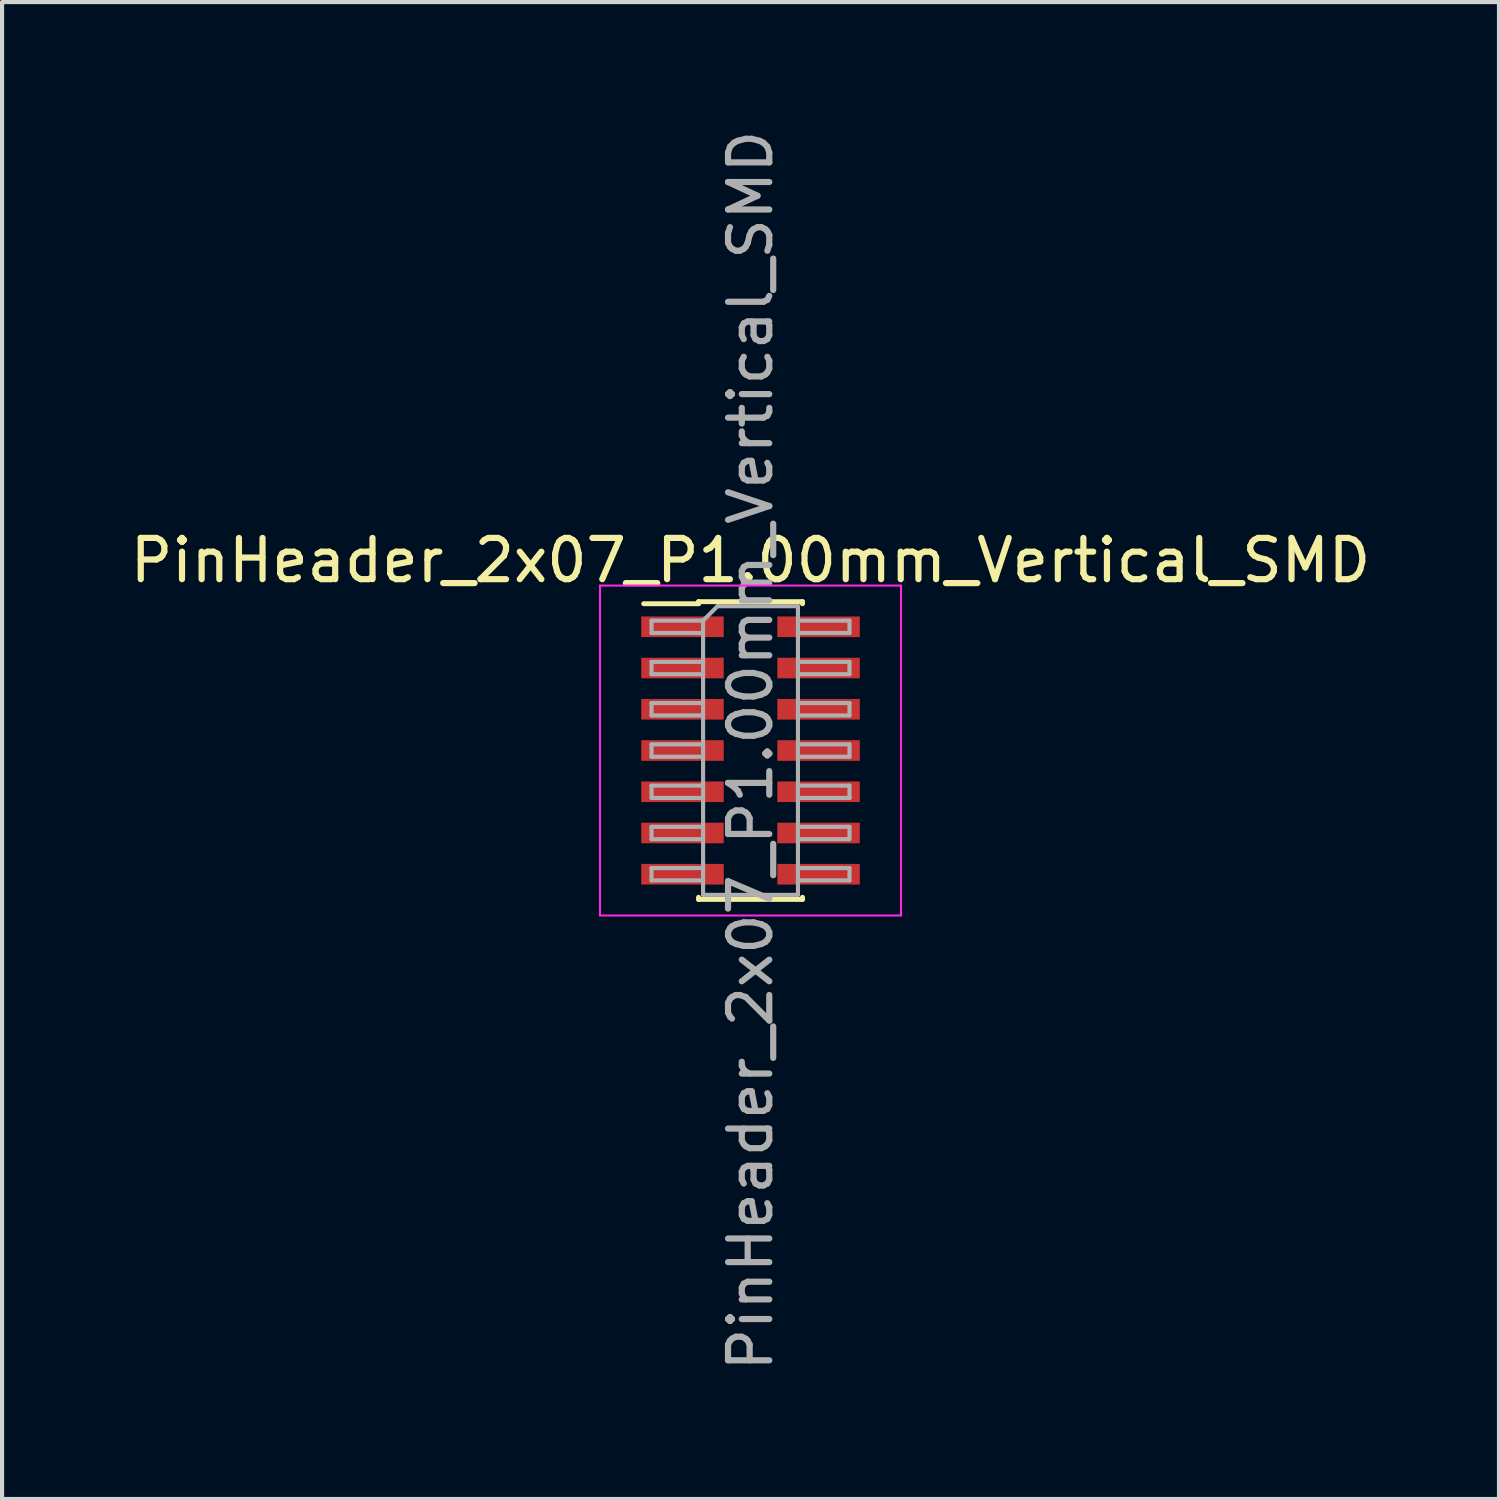
<source format=kicad_pcb>
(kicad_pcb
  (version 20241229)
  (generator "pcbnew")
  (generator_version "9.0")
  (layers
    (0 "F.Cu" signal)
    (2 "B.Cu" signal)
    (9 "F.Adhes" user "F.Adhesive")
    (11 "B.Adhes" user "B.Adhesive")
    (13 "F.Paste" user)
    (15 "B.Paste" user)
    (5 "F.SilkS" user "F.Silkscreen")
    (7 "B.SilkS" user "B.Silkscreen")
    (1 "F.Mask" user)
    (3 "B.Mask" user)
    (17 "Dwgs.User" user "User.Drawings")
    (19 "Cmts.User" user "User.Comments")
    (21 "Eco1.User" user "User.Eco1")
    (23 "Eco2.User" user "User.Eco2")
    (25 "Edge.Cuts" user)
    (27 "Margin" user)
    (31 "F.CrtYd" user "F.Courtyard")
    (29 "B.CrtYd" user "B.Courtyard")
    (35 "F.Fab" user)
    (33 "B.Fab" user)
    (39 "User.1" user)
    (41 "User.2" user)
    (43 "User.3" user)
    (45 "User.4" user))
  (footprint "PinHeader_2x07_P1.00mm_Vertical_SMD"
    (layer "F.Cu")
    (at 15.149 15.149)
    (property "Reference" "PinHeader_2x07_P1.00mm_Vertical_SMD" (at 0 -4.61 0) (layer "F.SilkS") (effects (font (size 1 1) (thickness 0.15))))
    (attr smd)
    (fp_line (start -2.59 -3.56) (end -1.26 -3.56) (stroke (width 0.12) (type solid)) (layer "F.SilkS"))
    (fp_line (start -1.26 -3.61) (end -1.26 -3.56) (stroke (width 0.12) (type solid)) (layer "F.SilkS"))
    (fp_line (start -1.26 -3.61) (end 1.26 -3.61) (stroke (width 0.12) (type solid)) (layer "F.SilkS"))
    (fp_line (start -1.26 3.56) (end -1.26 3.61) (stroke (width 0.12) (type solid)) (layer "F.SilkS"))
    (fp_line (start -1.26 3.61) (end 1.26 3.61) (stroke (width 0.12) (type solid)) (layer "F.SilkS"))
    (fp_line (start 1.26 -3.61) (end 1.26 -3.56) (stroke (width 0.12) (type solid)) (layer "F.SilkS"))
    (fp_line (start 1.26 3.56) (end 1.26 3.61) (stroke (width 0.12) (type solid)) (layer "F.SilkS"))
    (fp_line (start -3.65 -4) (end -3.65 4) (stroke (width 0.05) (type solid)) (layer "F.CrtYd"))
    (fp_line (start -3.65 4) (end 3.65 4) (stroke (width 0.05) (type solid)) (layer "F.CrtYd"))
    (fp_line (start 3.65 -4) (end -3.65 -4) (stroke (width 0.05) (type solid)) (layer "F.CrtYd"))
    (fp_line (start 3.65 4) (end 3.65 -4) (stroke (width 0.05) (type solid)) (layer "F.CrtYd"))
    (fp_line (start -2.4 -3.15) (end -2.4 -2.85) (stroke (width 0.1) (type solid)) (layer "F.Fab"))
    (fp_line (start -2.4 -2.85) (end -1.15 -2.85) (stroke (width 0.1) (type solid)) (layer "F.Fab"))
    (fp_line (start -2.4 -2.15) (end -2.4 -1.85) (stroke (width 0.1) (type solid)) (layer "F.Fab"))
    (fp_line (start -2.4 -1.85) (end -1.15 -1.85) (stroke (width 0.1) (type solid)) (layer "F.Fab"))
    (fp_line (start -2.4 -1.15) (end -2.4 -0.85) (stroke (width 0.1) (type solid)) (layer "F.Fab"))
    (fp_line (start -2.4 -0.85) (end -1.15 -0.85) (stroke (width 0.1) (type solid)) (layer "F.Fab"))
    (fp_line (start -2.4 -0.15) (end -2.4 0.15) (stroke (width 0.1) (type solid)) (layer "F.Fab"))
    (fp_line (start -2.4 0.15) (end -1.15 0.15) (stroke (width 0.1) (type solid)) (layer "F.Fab"))
    (fp_line (start -2.4 0.85) (end -2.4 1.15) (stroke (width 0.1) (type solid)) (layer "F.Fab"))
    (fp_line (start -2.4 1.15) (end -1.15 1.15) (stroke (width 0.1) (type solid)) (layer "F.Fab"))
    (fp_line (start -2.4 1.85) (end -2.4 2.15) (stroke (width 0.1) (type solid)) (layer "F.Fab"))
    (fp_line (start -2.4 2.15) (end -1.15 2.15) (stroke (width 0.1) (type solid)) (layer "F.Fab"))
    (fp_line (start -2.4 2.85) (end -2.4 3.15) (stroke (width 0.1) (type solid)) (layer "F.Fab"))
    (fp_line (start -2.4 3.15) (end -1.15 3.15) (stroke (width 0.1) (type solid)) (layer "F.Fab"))
    (fp_line (start -1.15 -3.15) (end -2.4 -3.15) (stroke (width 0.1) (type solid)) (layer "F.Fab"))
    (fp_line (start -1.15 -3.15) (end -0.8 -3.5) (stroke (width 0.1) (type solid)) (layer "F.Fab"))
    (fp_line (start -1.15 -2.15) (end -2.4 -2.15) (stroke (width 0.1) (type solid)) (layer "F.Fab"))
    (fp_line (start -1.15 -1.15) (end -2.4 -1.15) (stroke (width 0.1) (type solid)) (layer "F.Fab"))
    (fp_line (start -1.15 -0.15) (end -2.4 -0.15) (stroke (width 0.1) (type solid)) (layer "F.Fab"))
    (fp_line (start -1.15 0.85) (end -2.4 0.85) (stroke (width 0.1) (type solid)) (layer "F.Fab"))
    (fp_line (start -1.15 1.85) (end -2.4 1.85) (stroke (width 0.1) (type solid)) (layer "F.Fab"))
    (fp_line (start -1.15 2.85) (end -2.4 2.85) (stroke (width 0.1) (type solid)) (layer "F.Fab"))
    (fp_line (start -1.15 3.5) (end -1.15 -3.15) (stroke (width 0.1) (type solid)) (layer "F.Fab"))
    (fp_line (start -0.8 -3.5) (end 1.15 -3.5) (stroke (width 0.1) (type solid)) (layer "F.Fab"))
    (fp_line (start 1.15 -3.5) (end 1.15 3.5) (stroke (width 0.1) (type solid)) (layer "F.Fab"))
    (fp_line (start 1.15 -3.15) (end 2.4 -3.15) (stroke (width 0.1) (type solid)) (layer "F.Fab"))
    (fp_line (start 1.15 -2.15) (end 2.4 -2.15) (stroke (width 0.1) (type solid)) (layer "F.Fab"))
    (fp_line (start 1.15 -1.15) (end 2.4 -1.15) (stroke (width 0.1) (type solid)) (layer "F.Fab"))
    (fp_line (start 1.15 -0.15) (end 2.4 -0.15) (stroke (width 0.1) (type solid)) (layer "F.Fab"))
    (fp_line (start 1.15 0.85) (end 2.4 0.85) (stroke (width 0.1) (type solid)) (layer "F.Fab"))
    (fp_line (start 1.15 1.85) (end 2.4 1.85) (stroke (width 0.1) (type solid)) (layer "F.Fab"))
    (fp_line (start 1.15 2.85) (end 2.4 2.85) (stroke (width 0.1) (type solid)) (layer "F.Fab"))
    (fp_line (start 1.15 3.5) (end -1.15 3.5) (stroke (width 0.1) (type solid)) (layer "F.Fab"))
    (fp_line (start 2.4 -3.15) (end 2.4 -2.85) (stroke (width 0.1) (type solid)) (layer "F.Fab"))
    (fp_line (start 2.4 -2.85) (end 1.15 -2.85) (stroke (width 0.1) (type solid)) (layer "F.Fab"))
    (fp_line (start 2.4 -2.15) (end 2.4 -1.85) (stroke (width 0.1) (type solid)) (layer "F.Fab"))
    (fp_line (start 2.4 -1.85) (end 1.15 -1.85) (stroke (width 0.1) (type solid)) (layer "F.Fab"))
    (fp_line (start 2.4 -1.15) (end 2.4 -0.85) (stroke (width 0.1) (type solid)) (layer "F.Fab"))
    (fp_line (start 2.4 -0.85) (end 1.15 -0.85) (stroke (width 0.1) (type solid)) (layer "F.Fab"))
    (fp_line (start 2.4 -0.15) (end 2.4 0.15) (stroke (width 0.1) (type solid)) (layer "F.Fab"))
    (fp_line (start 2.4 0.15) (end 1.15 0.15) (stroke (width 0.1) (type solid)) (layer "F.Fab"))
    (fp_line (start 2.4 0.85) (end 2.4 1.15) (stroke (width 0.1) (type solid)) (layer "F.Fab"))
    (fp_line (start 2.4 1.15) (end 1.15 1.15) (stroke (width 0.1) (type solid)) (layer "F.Fab"))
    (fp_line (start 2.4 1.85) (end 2.4 2.15) (stroke (width 0.1) (type solid)) (layer "F.Fab"))
    (fp_line (start 2.4 2.15) (end 1.15 2.15) (stroke (width 0.1) (type solid)) (layer "F.Fab"))
    (fp_line (start 2.4 2.85) (end 2.4 3.15) (stroke (width 0.1) (type solid)) (layer "F.Fab"))
    (fp_line (start 2.4 3.15) (end 1.15 3.15) (stroke (width 0.1) (type solid)) (layer "F.Fab"))
    (fp_text user "${REFERENCE}" (at 0 0 90) (layer "F.Fab") (effects (font (size 1 1) (thickness 0.15))))
    (pad "1" smd rect (at -1.65 -3) (size 2 0.5) (layers "F.Cu" "F.Mask" "F.Paste"))
    (pad "2" smd rect (at 1.65 -3) (size 2 0.5) (layers "F.Cu" "F.Mask" "F.Paste"))
    (pad "3" smd rect (at -1.65 -2) (size 2 0.5) (layers "F.Cu" "F.Mask" "F.Paste"))
    (pad "4" smd rect (at 1.65 -2) (size 2 0.5) (layers "F.Cu" "F.Mask" "F.Paste"))
    (pad "5" smd rect (at -1.65 -1) (size 2 0.5) (layers "F.Cu" "F.Mask" "F.Paste"))
    (pad "6" smd rect (at 1.65 -1) (size 2 0.5) (layers "F.Cu" "F.Mask" "F.Paste"))
    (pad "7" smd rect (at -1.65 0) (size 2 0.5) (layers "F.Cu" "F.Mask" "F.Paste"))
    (pad "8" smd rect (at 1.65 0) (size 2 0.5) (layers "F.Cu" "F.Mask" "F.Paste"))
    (pad "9" smd rect (at -1.65 1) (size 2 0.5) (layers "F.Cu" "F.Mask" "F.Paste"))
    (pad "10" smd rect (at 1.65 1) (size 2 0.5) (layers "F.Cu" "F.Mask" "F.Paste"))
    (pad "11" smd rect (at -1.65 2) (size 2 0.5) (layers "F.Cu" "F.Mask" "F.Paste"))
    (pad "12" smd rect (at 1.65 2) (size 2 0.5) (layers "F.Cu" "F.Mask" "F.Paste"))
    (pad "13" smd rect (at -1.65 3) (size 2 0.5) (layers "F.Cu" "F.Mask" "F.Paste"))
    (pad "14" smd rect (at 1.65 3) (size 2 0.5) (layers "F.Cu" "F.Mask" "F.Paste")))
  (gr_rect
    (start -3 -3)
    (end 33.298 33.298)
    (stroke (width 0.1) (type default))
    (fill no)
    (layer "Edge.Cuts")))
</source>
